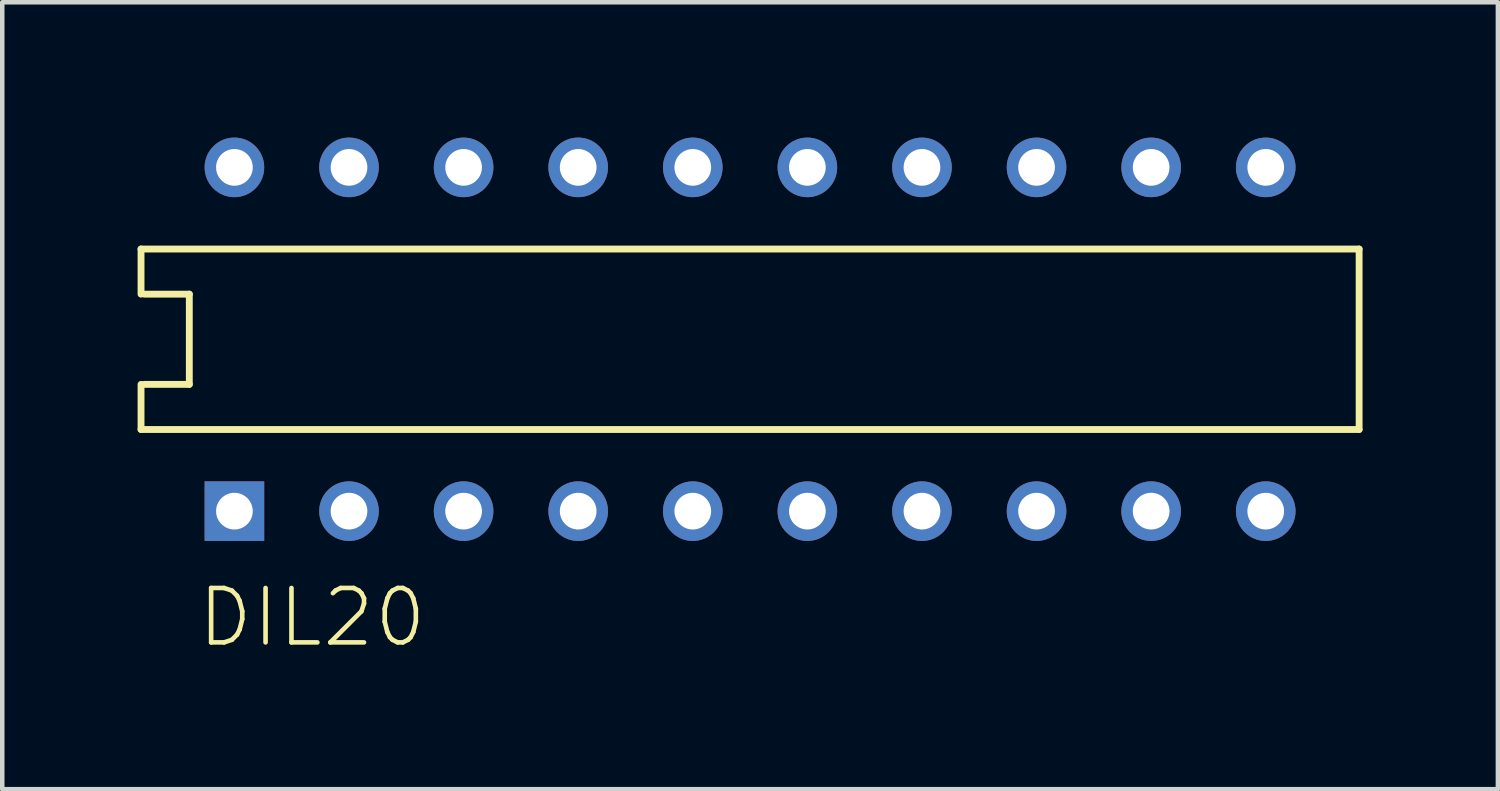
<source format=kicad_pcb>
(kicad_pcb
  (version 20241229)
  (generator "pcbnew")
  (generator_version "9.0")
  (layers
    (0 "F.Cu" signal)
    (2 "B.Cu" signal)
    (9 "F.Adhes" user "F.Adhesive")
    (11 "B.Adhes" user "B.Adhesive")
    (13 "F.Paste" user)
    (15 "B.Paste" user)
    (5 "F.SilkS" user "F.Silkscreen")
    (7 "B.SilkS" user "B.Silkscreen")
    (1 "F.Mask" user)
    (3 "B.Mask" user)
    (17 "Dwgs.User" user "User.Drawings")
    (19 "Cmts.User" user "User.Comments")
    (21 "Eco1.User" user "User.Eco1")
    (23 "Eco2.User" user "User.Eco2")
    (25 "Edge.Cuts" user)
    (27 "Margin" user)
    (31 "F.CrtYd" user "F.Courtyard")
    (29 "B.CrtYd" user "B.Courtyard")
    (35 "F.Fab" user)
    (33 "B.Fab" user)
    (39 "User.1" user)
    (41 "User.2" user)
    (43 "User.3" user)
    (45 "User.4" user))
  (footprint "DIL20"
    (layer "F.Cu")
    (at 13.576 4.47)
    (property "Reference" "DIL20" (at -7.112 5.461 0) (layer "F.SilkS") (effects (font (size 1.206 1.206) (thickness 0.102)) (justify right top)))
    (attr through_hole)
    (fp_line (start -13.5 -2) (end -13.5 -1) (stroke (width 0.152) (type solid)) (layer "F.SilkS"))
    (fp_line (start -13.5 2) (end -13.5 1) (stroke (width 0.152) (type solid)) (layer "F.SilkS"))
    (fp_line (start -13.5 2) (end 13.5 2) (stroke (width 0.152) (type solid)) (layer "F.SilkS"))
    (fp_line (start -13.43 -1) (end -12.43 -1) (stroke (width 0.152) (type solid)) (layer "F.SilkS"))
    (fp_line (start -13.43 1) (end -12.43 1) (stroke (width 0.152) (type solid)) (layer "F.SilkS"))
    (fp_line (start -12.43 1) (end -12.43 -1) (stroke (width 0.152) (type solid)) (layer "F.SilkS"))
    (fp_line (start 13.5 -2) (end -13.5 -2) (stroke (width 0.152) (type solid)) (layer "F.SilkS"))
    (fp_line (start 13.5 -2) (end 13.5 2) (stroke (width 0.152) (type solid)) (layer "F.SilkS"))
    (pad "1" thru_hole rect (at -11.43 3.81 90) (size 1.321 1.321) (drill 0.813) (layers "*.Cu" "*.Mask"))
    (pad "2" thru_hole circle (at -8.89 3.81 90) (size 1.321 1.321) (drill 0.813) (layers "*.Cu" "*.Mask"))
    (pad "3" thru_hole circle (at -6.35 3.81 90) (size 1.321 1.321) (drill 0.813) (layers "*.Cu" "*.Mask"))
    (pad "4" thru_hole circle (at -3.81 3.81 90) (size 1.321 1.321) (drill 0.813) (layers "*.Cu" "*.Mask"))
    (pad "5" thru_hole circle (at -1.27 3.81 90) (size 1.321 1.321) (drill 0.813) (layers "*.Cu" "*.Mask"))
    (pad "6" thru_hole circle (at 1.27 3.81 90) (size 1.321 1.321) (drill 0.813) (layers "*.Cu" "*.Mask"))
    (pad "7" thru_hole circle (at 3.81 3.81 90) (size 1.321 1.321) (drill 0.813) (layers "*.Cu" "*.Mask"))
    (pad "8" thru_hole circle (at 6.35 3.81 90) (size 1.321 1.321) (drill 0.813) (layers "*.Cu" "*.Mask"))
    (pad "9" thru_hole circle (at 8.89 3.81 90) (size 1.321 1.321) (drill 0.813) (layers "*.Cu" "*.Mask"))
    (pad "10" thru_hole circle (at 11.43 3.81 90) (size 1.321 1.321) (drill 0.813) (layers "*.Cu" "*.Mask"))
    (pad "11" thru_hole circle (at 11.43 -3.81 90) (size 1.321 1.321) (drill 0.813) (layers "*.Cu" "*.Mask"))
    (pad "12" thru_hole circle (at 8.89 -3.81 90) (size 1.321 1.321) (drill 0.813) (layers "*.Cu" "*.Mask"))
    (pad "13" thru_hole circle (at 6.35 -3.81 90) (size 1.321 1.321) (drill 0.813) (layers "*.Cu" "*.Mask"))
    (pad "14" thru_hole circle (at 3.81 -3.81 90) (size 1.321 1.321) (drill 0.813) (layers "*.Cu" "*.Mask"))
    (pad "15" thru_hole circle (at 1.27 -3.81 90) (size 1.321 1.321) (drill 0.813) (layers "*.Cu" "*.Mask"))
    (pad "16" thru_hole circle (at -1.27 -3.81 90) (size 1.321 1.321) (drill 0.813) (layers "*.Cu" "*.Mask"))
    (pad "17" thru_hole circle (at -3.81 -3.81 90) (size 1.321 1.321) (drill 0.813) (layers "*.Cu" "*.Mask"))
    (pad "18" thru_hole circle (at -6.35 -3.81 90) (size 1.321 1.321) (drill 0.813) (layers "*.Cu" "*.Mask"))
    (pad "19" thru_hole circle (at -8.89 -3.81 90) (size 1.321 1.321) (drill 0.813) (layers "*.Cu" "*.Mask"))
    (pad "20" thru_hole circle (at -11.43 -3.81 90) (size 1.321 1.321) (drill 0.813) (layers "*.Cu" "*.Mask")))
  (gr_rect
    (start -3 -3)
    (end 30.152 14.443)
    (stroke (width 0.1) (type default))
    (fill no)
    (layer "Edge.Cuts")))
</source>
